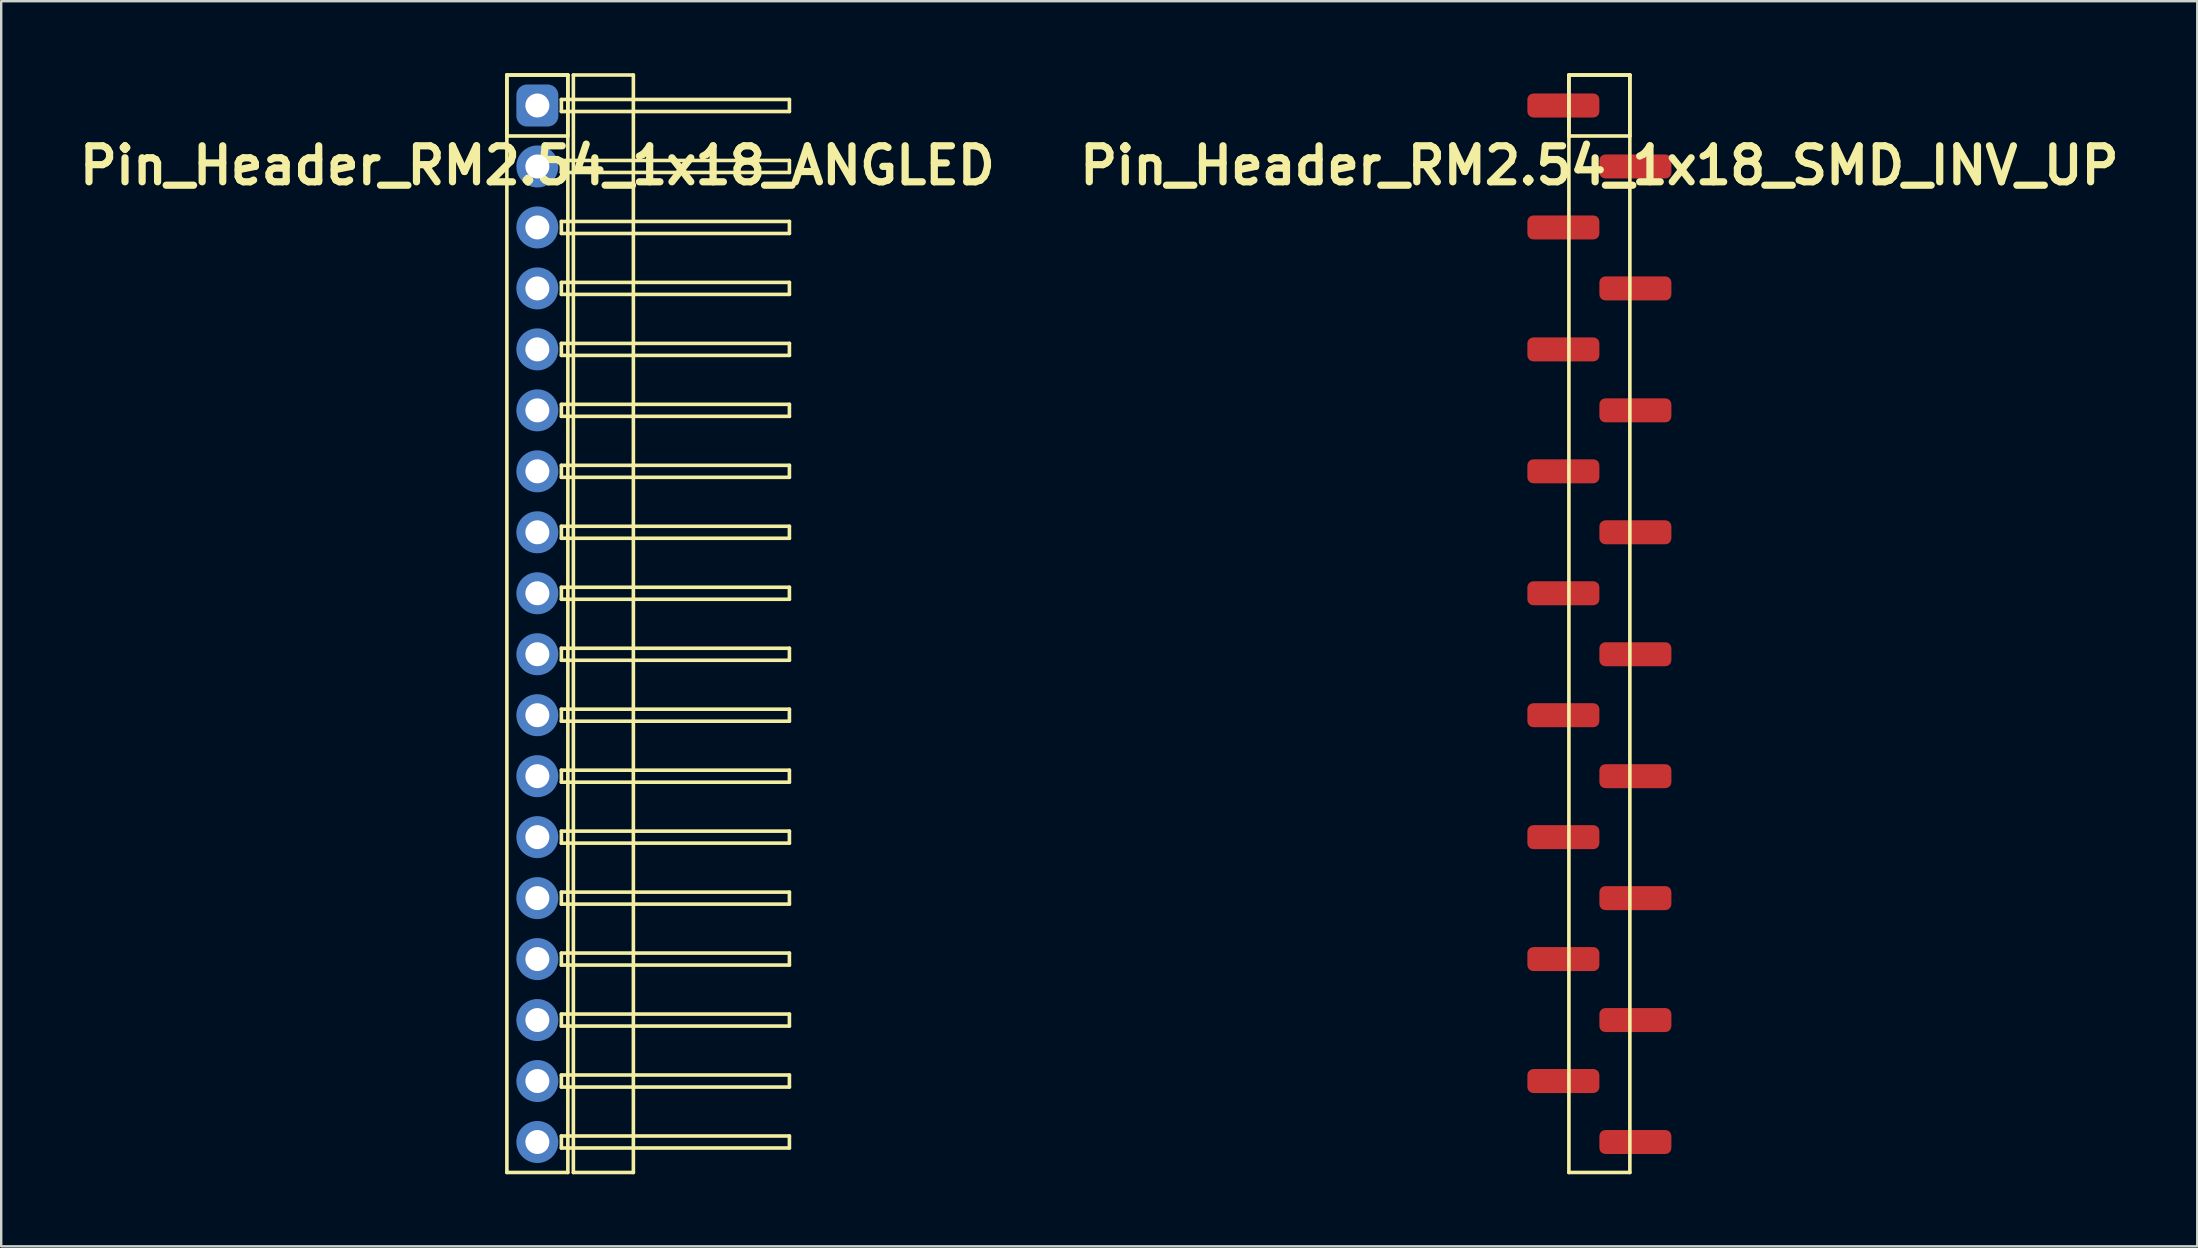
<source format=kicad_pcb>
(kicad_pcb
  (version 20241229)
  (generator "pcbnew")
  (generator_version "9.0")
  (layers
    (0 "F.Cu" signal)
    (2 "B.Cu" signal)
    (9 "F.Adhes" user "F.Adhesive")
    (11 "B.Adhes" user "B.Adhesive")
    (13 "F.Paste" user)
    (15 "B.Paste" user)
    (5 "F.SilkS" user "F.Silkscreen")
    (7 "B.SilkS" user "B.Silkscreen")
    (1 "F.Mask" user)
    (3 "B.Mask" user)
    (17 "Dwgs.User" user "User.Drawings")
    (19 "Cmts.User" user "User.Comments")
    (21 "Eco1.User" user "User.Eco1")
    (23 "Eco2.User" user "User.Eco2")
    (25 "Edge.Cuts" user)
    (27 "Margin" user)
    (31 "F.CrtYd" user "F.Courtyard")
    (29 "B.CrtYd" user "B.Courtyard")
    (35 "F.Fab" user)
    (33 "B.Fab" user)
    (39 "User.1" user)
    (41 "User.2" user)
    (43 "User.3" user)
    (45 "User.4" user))
  (footprint "Pin_Header_RM2.54_1x18_SMD_INV_UP"
    (layer "F.Cu")
    (at 63.579 1.345)
    (property "Reference" "Pin_Header_RM2.54_1x18_SMD_INV_UP" (at 0 2.5 0) (layer "F.SilkS") (effects (font (size 1.5 1.5) (thickness 0.3))))
    (attr through_hole)
    (fp_line (start -1.27 -1.27) (end 1.27 -1.27) (stroke (width 0.15) (type solid)) (layer "F.SilkS"))
    (fp_line (start -1.27 -1.27) (end 1.27 -1.27) (stroke (width 0.15) (type solid)) (layer "F.SilkS"))
    (fp_line (start -1.27 1.27) (end -1.27 -1.27) (stroke (width 0.15) (type solid)) (layer "F.SilkS"))
    (fp_line (start -1.27 44.45) (end -1.27 -1.27) (stroke (width 0.15) (type solid)) (layer "F.SilkS"))
    (fp_line (start 1.27 -1.27) (end 1.27 1.27) (stroke (width 0.15) (type solid)) (layer "F.SilkS"))
    (fp_line (start 1.27 -1.27) (end 1.27 44.45) (stroke (width 0.15) (type solid)) (layer "F.SilkS"))
    (fp_line (start 1.27 1.27) (end -1.27 1.27) (stroke (width 0.15) (type solid)) (layer "F.SilkS"))
    (fp_line (start 1.27 44.45) (end -1.27 44.45) (stroke (width 0.15) (type solid)) (layer "F.SilkS"))
    (pad "1" smd roundrect (at -1.5 0) (size 3 1) (layers "F.Cu" "F.Mask") (roundrect_rratio 0.25))
    (pad "2" smd roundrect (at 1.5 2.54) (size 3 1) (layers "F.Cu" "F.Mask") (roundrect_rratio 0.25))
    (pad "3" smd roundrect (at -1.5 5.08) (size 3 1) (layers "F.Cu" "F.Mask") (roundrect_rratio 0.25))
    (pad "4" smd roundrect (at 1.5 7.62) (size 3 1) (layers "F.Cu" "F.Mask") (roundrect_rratio 0.25))
    (pad "5" smd roundrect (at -1.5 10.16) (size 3 1) (layers "F.Cu" "F.Mask") (roundrect_rratio 0.25))
    (pad "6" smd roundrect (at 1.5 12.7) (size 3 1) (layers "F.Cu" "F.Mask") (roundrect_rratio 0.25))
    (pad "7" smd roundrect (at -1.5 15.24) (size 3 1) (layers "F.Cu" "F.Mask") (roundrect_rratio 0.25))
    (pad "8" smd roundrect (at 1.5 17.78) (size 3 1) (layers "F.Cu" "F.Mask") (roundrect_rratio 0.25))
    (pad "9" smd roundrect (at -1.5 20.32) (size 3 1) (layers "F.Cu" "F.Mask") (roundrect_rratio 0.25))
    (pad "10" smd roundrect (at 1.5 22.86) (size 3 1) (layers "F.Cu" "F.Mask") (roundrect_rratio 0.25))
    (pad "11" smd roundrect (at -1.5 25.4) (size 3 1) (layers "F.Cu" "F.Mask") (roundrect_rratio 0.25))
    (pad "12" smd roundrect (at 1.5 27.94) (size 3 1) (layers "F.Cu" "F.Mask") (roundrect_rratio 0.25))
    (pad "13" smd roundrect (at -1.5 30.48) (size 3 1) (layers "F.Cu" "F.Mask") (roundrect_rratio 0.25))
    (pad "14" smd roundrect (at 1.5 33.02) (size 3 1) (layers "F.Cu" "F.Mask") (roundrect_rratio 0.25))
    (pad "15" smd roundrect (at -1.5 35.56) (size 3 1) (layers "F.Cu" "F.Mask") (roundrect_rratio 0.25))
    (pad "16" smd roundrect (at 1.5 38.1) (size 3 1) (layers "F.Cu" "F.Mask") (roundrect_rratio 0.25))
    (pad "17" smd roundrect (at -1.5 40.64) (size 3 1) (layers "F.Cu" "F.Mask") (roundrect_rratio 0.25))
    (pad "18" smd roundrect (at 1.5 43.18) (size 3 1) (layers "F.Cu" "F.Mask") (roundrect_rratio 0.25)))
  (footprint "Pin_Header_RM2.54_1x18_ANGLED"
    (layer "F.Cu")
    (at 19.336 1.345)
    (property "Reference" "Pin_Header_RM2.54_1x18_ANGLED" (at 0 2.5 0) (layer "F.SilkS") (effects (font (size 1.5 1.5) (thickness 0.3))))
    (attr through_hole)
    (fp_line (start -1.27 -1.27) (end 1.27 -1.27) (stroke (width 0.15) (type solid)) (layer "F.SilkS"))
    (fp_line (start -1.27 -1.27) (end 1.27 -1.27) (stroke (width 0.15) (type solid)) (layer "F.SilkS"))
    (fp_line (start -1.27 1.27) (end -1.27 -1.27) (stroke (width 0.15) (type solid)) (layer "F.SilkS"))
    (fp_line (start -1.27 44.45) (end -1.27 -1.27) (stroke (width 0.15) (type solid)) (layer "F.SilkS"))
    (fp_line (start 1 -0.25) (end 10.5 -0.25) (stroke (width 0.15) (type solid)) (layer "F.SilkS"))
    (fp_line (start 1 0.25) (end 1 -0.25) (stroke (width 0.15) (type solid)) (layer "F.SilkS"))
    (fp_line (start 1 2.29) (end 10.5 2.29) (stroke (width 0.15) (type solid)) (layer "F.SilkS"))
    (fp_line (start 1 2.79) (end 1 2.29) (stroke (width 0.15) (type solid)) (layer "F.SilkS"))
    (fp_line (start 1 4.83) (end 10.5 4.83) (stroke (width 0.15) (type solid)) (layer "F.SilkS"))
    (fp_line (start 1 5.33) (end 1 4.83) (stroke (width 0.15) (type solid)) (layer "F.SilkS"))
    (fp_line (start 1 7.37) (end 10.5 7.37) (stroke (width 0.15) (type solid)) (layer "F.SilkS"))
    (fp_line (start 1 7.87) (end 1 7.37) (stroke (width 0.15) (type solid)) (layer "F.SilkS"))
    (fp_line (start 1 9.91) (end 10.5 9.91) (stroke (width 0.15) (type solid)) (layer "F.SilkS"))
    (fp_line (start 1 10.41) (end 1 9.91) (stroke (width 0.15) (type solid)) (layer "F.SilkS"))
    (fp_line (start 1 12.45) (end 10.5 12.45) (stroke (width 0.15) (type solid)) (layer "F.SilkS"))
    (fp_line (start 1 12.95) (end 1 12.45) (stroke (width 0.15) (type solid)) (layer "F.SilkS"))
    (fp_line (start 1 14.99) (end 10.5 14.99) (stroke (width 0.15) (type solid)) (layer "F.SilkS"))
    (fp_line (start 1 15.49) (end 1 14.99) (stroke (width 0.15) (type solid)) (layer "F.SilkS"))
    (fp_line (start 1 17.53) (end 10.5 17.53) (stroke (width 0.15) (type solid)) (layer "F.SilkS"))
    (fp_line (start 1 18.03) (end 1 17.53) (stroke (width 0.15) (type solid)) (layer "F.SilkS"))
    (fp_line (start 1 20.07) (end 10.5 20.07) (stroke (width 0.15) (type solid)) (layer "F.SilkS"))
    (fp_line (start 1 20.57) (end 1 20.07) (stroke (width 0.15) (type solid)) (layer "F.SilkS"))
    (fp_line (start 1 22.61) (end 10.5 22.61) (stroke (width 0.15) (type solid)) (layer "F.SilkS"))
    (fp_line (start 1 23.11) (end 1 22.61) (stroke (width 0.15) (type solid)) (layer "F.SilkS"))
    (fp_line (start 1 25.15) (end 10.5 25.15) (stroke (width 0.15) (type solid)) (layer "F.SilkS"))
    (fp_line (start 1 25.65) (end 1 25.15) (stroke (width 0.15) (type solid)) (layer "F.SilkS"))
    (fp_line (start 1 27.69) (end 10.5 27.69) (stroke (width 0.15) (type solid)) (layer "F.SilkS"))
    (fp_line (start 1 28.19) (end 1 27.69) (stroke (width 0.15) (type solid)) (layer "F.SilkS"))
    (fp_line (start 1 30.23) (end 10.5 30.23) (stroke (width 0.15) (type solid)) (layer "F.SilkS"))
    (fp_line (start 1 30.73) (end 1 30.23) (stroke (width 0.15) (type solid)) (layer "F.SilkS"))
    (fp_line (start 1 32.77) (end 10.5 32.77) (stroke (width 0.15) (type solid)) (layer "F.SilkS"))
    (fp_line (start 1 33.27) (end 1 32.77) (stroke (width 0.15) (type solid)) (layer "F.SilkS"))
    (fp_line (start 1 35.31) (end 10.5 35.31) (stroke (width 0.15) (type solid)) (layer "F.SilkS"))
    (fp_line (start 1 35.81) (end 1 35.31) (stroke (width 0.15) (type solid)) (layer "F.SilkS"))
    (fp_line (start 1 37.85) (end 10.5 37.85) (stroke (width 0.15) (type solid)) (layer "F.SilkS"))
    (fp_line (start 1 38.35) (end 1 37.85) (stroke (width 0.15) (type solid)) (layer "F.SilkS"))
    (fp_line (start 1 40.39) (end 10.5 40.39) (stroke (width 0.15) (type solid)) (layer "F.SilkS"))
    (fp_line (start 1 40.89) (end 1 40.39) (stroke (width 0.15) (type solid)) (layer "F.SilkS"))
    (fp_line (start 1 42.93) (end 10.5 42.93) (stroke (width 0.15) (type solid)) (layer "F.SilkS"))
    (fp_line (start 1 43.43) (end 1 42.93) (stroke (width 0.15) (type solid)) (layer "F.SilkS"))
    (fp_line (start 1.27 -1.27) (end 1.27 1.27) (stroke (width 0.15) (type solid)) (layer "F.SilkS"))
    (fp_line (start 1.27 -1.27) (end 1.27 44.45) (stroke (width 0.15) (type solid)) (layer "F.SilkS"))
    (fp_line (start 1.27 1.27) (end -1.27 1.27) (stroke (width 0.15) (type solid)) (layer "F.SilkS"))
    (fp_line (start 1.27 44.45) (end -1.27 44.45) (stroke (width 0.15) (type solid)) (layer "F.SilkS"))
    (fp_line (start 1.5 -1.27) (end 4 -1.27) (stroke (width 0.15) (type solid)) (layer "F.SilkS"))
    (fp_line (start 1.5 44.45) (end 1.5 -1.27) (stroke (width 0.15) (type solid)) (layer "F.SilkS"))
    (fp_line (start 4 -1.27) (end 4 44.45) (stroke (width 0.15) (type solid)) (layer "F.SilkS"))
    (fp_line (start 4 44.45) (end 1.5 44.45) (stroke (width 0.15) (type solid)) (layer "F.SilkS"))
    (fp_line (start 10.5 -0.25) (end 10.5 0.25) (stroke (width 0.15) (type solid)) (layer "F.SilkS"))
    (fp_line (start 10.5 0.25) (end 1 0.25) (stroke (width 0.15) (type solid)) (layer "F.SilkS"))
    (fp_line (start 10.5 2.29) (end 10.5 2.79) (stroke (width 0.15) (type solid)) (layer "F.SilkS"))
    (fp_line (start 10.5 2.79) (end 1 2.79) (stroke (width 0.15) (type solid)) (layer "F.SilkS"))
    (fp_line (start 10.5 4.83) (end 10.5 5.33) (stroke (width 0.15) (type solid)) (layer "F.SilkS"))
    (fp_line (start 10.5 5.33) (end 1 5.33) (stroke (width 0.15) (type solid)) (layer "F.SilkS"))
    (fp_line (start 10.5 7.37) (end 10.5 7.87) (stroke (width 0.15) (type solid)) (layer "F.SilkS"))
    (fp_line (start 10.5 7.87) (end 1 7.87) (stroke (width 0.15) (type solid)) (layer "F.SilkS"))
    (fp_line (start 10.5 9.91) (end 10.5 10.41) (stroke (width 0.15) (type solid)) (layer "F.SilkS"))
    (fp_line (start 10.5 10.41) (end 1 10.41) (stroke (width 0.15) (type solid)) (layer "F.SilkS"))
    (fp_line (start 10.5 12.45) (end 10.5 12.95) (stroke (width 0.15) (type solid)) (layer "F.SilkS"))
    (fp_line (start 10.5 12.95) (end 1 12.95) (stroke (width 0.15) (type solid)) (layer "F.SilkS"))
    (fp_line (start 10.5 14.99) (end 10.5 15.49) (stroke (width 0.15) (type solid)) (layer "F.SilkS"))
    (fp_line (start 10.5 15.49) (end 1 15.49) (stroke (width 0.15) (type solid)) (layer "F.SilkS"))
    (fp_line (start 10.5 17.53) (end 10.5 18.03) (stroke (width 0.15) (type solid)) (layer "F.SilkS"))
    (fp_line (start 10.5 18.03) (end 1 18.03) (stroke (width 0.15) (type solid)) (layer "F.SilkS"))
    (fp_line (start 10.5 20.07) (end 10.5 20.57) (stroke (width 0.15) (type solid)) (layer "F.SilkS"))
    (fp_line (start 10.5 20.57) (end 1 20.57) (stroke (width 0.15) (type solid)) (layer "F.SilkS"))
    (fp_line (start 10.5 22.61) (end 10.5 23.11) (stroke (width 0.15) (type solid)) (layer "F.SilkS"))
    (fp_line (start 10.5 23.11) (end 1 23.11) (stroke (width 0.15) (type solid)) (layer "F.SilkS"))
    (fp_line (start 10.5 25.15) (end 10.5 25.65) (stroke (width 0.15) (type solid)) (layer "F.SilkS"))
    (fp_line (start 10.5 25.65) (end 1 25.65) (stroke (width 0.15) (type solid)) (layer "F.SilkS"))
    (fp_line (start 10.5 27.69) (end 10.5 28.19) (stroke (width 0.15) (type solid)) (layer "F.SilkS"))
    (fp_line (start 10.5 28.19) (end 1 28.19) (stroke (width 0.15) (type solid)) (layer "F.SilkS"))
    (fp_line (start 10.5 30.23) (end 10.5 30.73) (stroke (width 0.15) (type solid)) (layer "F.SilkS"))
    (fp_line (start 10.5 30.73) (end 1 30.73) (stroke (width 0.15) (type solid)) (layer "F.SilkS"))
    (fp_line (start 10.5 32.77) (end 10.5 33.27) (stroke (width 0.15) (type solid)) (layer "F.SilkS"))
    (fp_line (start 10.5 33.27) (end 1 33.27) (stroke (width 0.15) (type solid)) (layer "F.SilkS"))
    (fp_line (start 10.5 35.31) (end 10.5 35.81) (stroke (width 0.15) (type solid)) (layer "F.SilkS"))
    (fp_line (start 10.5 35.81) (end 1 35.81) (stroke (width 0.15) (type solid)) (layer "F.SilkS"))
    (fp_line (start 10.5 37.85) (end 10.5 38.35) (stroke (width 0.15) (type solid)) (layer "F.SilkS"))
    (fp_line (start 10.5 38.35) (end 1 38.35) (stroke (width 0.15) (type solid)) (layer "F.SilkS"))
    (fp_line (start 10.5 40.39) (end 10.5 40.89) (stroke (width 0.15) (type solid)) (layer "F.SilkS"))
    (fp_line (start 10.5 40.89) (end 1 40.89) (stroke (width 0.15) (type solid)) (layer "F.SilkS"))
    (fp_line (start 10.5 42.93) (end 10.5 43.43) (stroke (width 0.15) (type solid)) (layer "F.SilkS"))
    (fp_line (start 10.5 43.43) (end 1 43.43) (stroke (width 0.15) (type solid)) (layer "F.SilkS"))
    (pad "1" thru_hole circle (at 0 0) (size 1.3 1.3) (drill 1) (layers "*.Cu" "*.Mask"))
    (pad "1" smd roundrect (at 0 0) (size 1.5 1.5) (layers "F.Cu" "F.Mask") (roundrect_rratio 0.25))
    (pad "1" smd roundrect (at 0 0) (size 1.75 1.75) (layers "B.Cu" "B.Mask") (roundrect_rratio 0.25))
    (pad "2" thru_hole circle (at 0 2.54) (size 1.3 1.3) (drill 1) (layers "*.Cu" "*.Mask"))
    (pad "2" smd circle (at 0 2.54) (size 1.5 1.5) (layers "F.Cu" "F.Mask"))
    (pad "2" smd circle (at 0 2.54) (size 1.75 1.75) (layers "B.Cu" "B.Mask"))
    (pad "3" thru_hole circle (at 0 5.08) (size 1.3 1.3) (drill 1) (layers "*.Cu" "*.Mask"))
    (pad "3" smd circle (at 0 5.08) (size 1.5 1.5) (layers "F.Cu" "F.Mask"))
    (pad "3" smd circle (at 0 5.08) (size 1.75 1.75) (layers "B.Cu" "B.Mask"))
    (pad "4" thru_hole circle (at 0 7.62) (size 1.3 1.3) (drill 1) (layers "*.Cu" "*.Mask"))
    (pad "4" smd circle (at 0 7.62) (size 1.5 1.5) (layers "F.Cu" "F.Mask"))
    (pad "4" smd circle (at 0 7.62) (size 1.75 1.75) (layers "B.Cu" "B.Mask"))
    (pad "5" thru_hole circle (at 0 10.16) (size 1.3 1.3) (drill 1) (layers "*.Cu" "*.Mask"))
    (pad "5" smd circle (at 0 10.16) (size 1.5 1.5) (layers "F.Cu" "F.Mask"))
    (pad "5" smd circle (at 0 10.16) (size 1.75 1.75) (layers "B.Cu" "B.Mask"))
    (pad "6" thru_hole circle (at 0 12.7) (size 1.3 1.3) (drill 1) (layers "*.Cu" "*.Mask"))
    (pad "6" smd circle (at 0 12.7) (size 1.5 1.5) (layers "F.Cu" "F.Mask"))
    (pad "6" smd circle (at 0 12.7) (size 1.75 1.75) (layers "B.Cu" "B.Mask"))
    (pad "7" thru_hole circle (at 0 15.24) (size 1.3 1.3) (drill 1) (layers "*.Cu" "*.Mask"))
    (pad "7" smd circle (at 0 15.24) (size 1.5 1.5) (layers "F.Cu" "F.Mask"))
    (pad "7" smd circle (at 0 15.24) (size 1.75 1.75) (layers "B.Cu" "B.Mask"))
    (pad "8" thru_hole circle (at 0 17.78) (size 1.3 1.3) (drill 1) (layers "*.Cu" "*.Mask"))
    (pad "8" smd circle (at 0 17.78) (size 1.5 1.5) (layers "F.Cu" "F.Mask"))
    (pad "8" smd circle (at 0 17.78) (size 1.75 1.75) (layers "B.Cu" "B.Mask"))
    (pad "9" thru_hole circle (at 0 20.32) (size 1.3 1.3) (drill 1) (layers "*.Cu" "*.Mask"))
    (pad "9" smd circle (at 0 20.32) (size 1.5 1.5) (layers "F.Cu" "F.Mask"))
    (pad "9" smd circle (at 0 20.32) (size 1.75 1.75) (layers "B.Cu" "B.Mask"))
    (pad "10" thru_hole circle (at 0 22.86) (size 1.3 1.3) (drill 1) (layers "*.Cu" "*.Mask"))
    (pad "10" smd circle (at 0 22.86) (size 1.5 1.5) (layers "F.Cu" "F.Mask"))
    (pad "10" smd circle (at 0 22.86) (size 1.75 1.75) (layers "B.Cu" "B.Mask"))
    (pad "11" thru_hole circle (at 0 25.4) (size 1.3 1.3) (drill 1) (layers "*.Cu" "*.Mask"))
    (pad "11" smd circle (at 0 25.4) (size 1.5 1.5) (layers "F.Cu" "F.Mask"))
    (pad "11" smd circle (at 0 25.4) (size 1.75 1.75) (layers "B.Cu" "B.Mask"))
    (pad "12" thru_hole circle (at 0 27.94) (size 1.3 1.3) (drill 1) (layers "*.Cu" "*.Mask"))
    (pad "12" smd circle (at 0 27.94) (size 1.5 1.5) (layers "F.Cu" "F.Mask"))
    (pad "12" smd circle (at 0 27.94) (size 1.75 1.75) (layers "B.Cu" "B.Mask"))
    (pad "13" thru_hole circle (at 0 30.48) (size 1.3 1.3) (drill 1) (layers "*.Cu" "*.Mask"))
    (pad "13" smd circle (at 0 30.48) (size 1.5 1.5) (layers "F.Cu" "F.Mask"))
    (pad "13" smd circle (at 0 30.48) (size 1.75 1.75) (layers "B.Cu" "B.Mask"))
    (pad "14" thru_hole circle (at 0 33.02) (size 1.3 1.3) (drill 1) (layers "*.Cu" "*.Mask"))
    (pad "14" smd circle (at 0 33.02) (size 1.5 1.5) (layers "F.Cu" "F.Mask"))
    (pad "14" smd circle (at 0 33.02) (size 1.75 1.75) (layers "B.Cu" "B.Mask"))
    (pad "15" thru_hole circle (at 0 35.56) (size 1.3 1.3) (drill 1) (layers "*.Cu" "*.Mask"))
    (pad "15" smd circle (at 0 35.56) (size 1.5 1.5) (layers "F.Cu" "F.Mask"))
    (pad "15" smd circle (at 0 35.56) (size 1.75 1.75) (layers "B.Cu" "B.Mask"))
    (pad "16" thru_hole circle (at 0 38.1) (size 1.3 1.3) (drill 1) (layers "*.Cu" "*.Mask"))
    (pad "16" smd circle (at 0 38.1) (size 1.5 1.5) (layers "F.Cu" "F.Mask"))
    (pad "16" smd circle (at 0 38.1) (size 1.75 1.75) (layers "B.Cu" "B.Mask"))
    (pad "17" thru_hole circle (at 0 40.64) (size 1.3 1.3) (drill 1) (layers "*.Cu" "*.Mask"))
    (pad "17" smd circle (at 0 40.64) (size 1.5 1.5) (layers "F.Cu" "F.Mask"))
    (pad "17" smd circle (at 0 40.64) (size 1.75 1.75) (layers "B.Cu" "B.Mask"))
    (pad "18" thru_hole circle (at 0 43.18) (size 1.3 1.3) (drill 1) (layers "*.Cu" "*.Mask"))
    (pad "18" smd circle (at 0 43.18) (size 1.5 1.5) (layers "F.Cu" "F.Mask"))
    (pad "18" smd circle (at 0 43.18) (size 1.75 1.75) (layers "B.Cu" "B.Mask")))
  (gr_rect
    (start -3 -3)
    (end 88.486 48.87)
    (stroke (width 0.1) (type default))
    (fill no)
    (layer "Edge.Cuts")))
</source>
